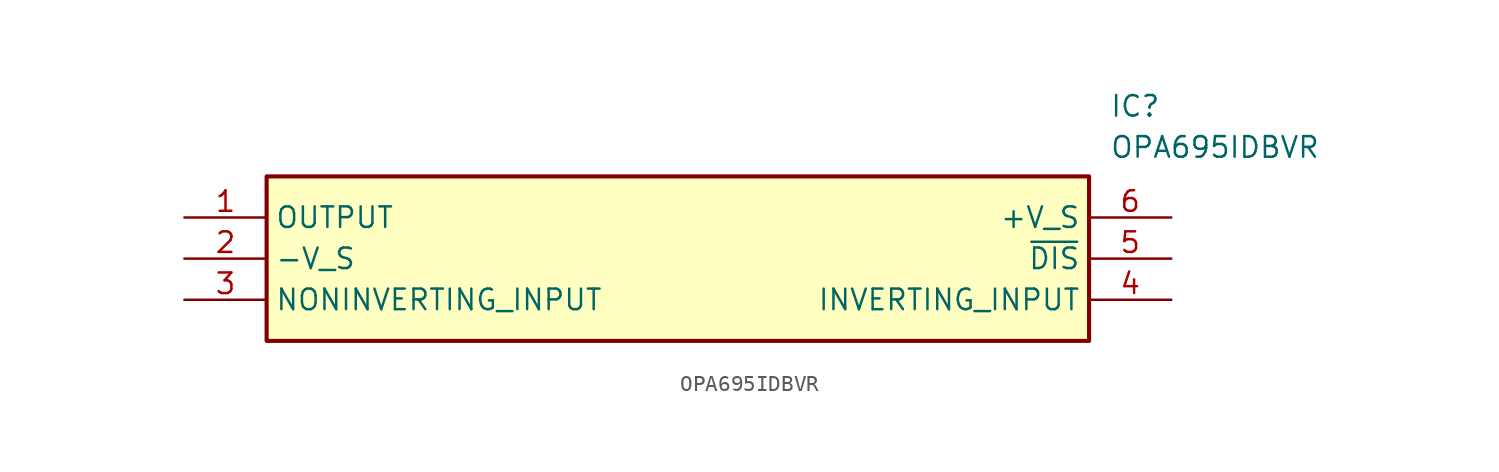
<source format=kicad_sym>
(kicad_symbol_lib
  (version 20211014)
  (generator SamacSys_ECAD_Model)
  (symbol "OPA695IDBVR"
    (property "Reference" "IC"
      (at 57.15 7.62 0)
      (effects (font (size 1.27 1.27)) (justify left top)))
    (property "Value" "OPA695IDBVR"
      (at 57.15 5.08 0)
      (effects (font (size 1.27 1.27)) (justify left top)))
    (rectangle
      (start 5.08 2.54)
      (end 55.88 -7.62)
      (stroke (width 0.254) (type default))
      (fill (type background)))
    (pin passive line
      (at 0 0 0)
      (length 5.08)
      (name "OUTPUT" (effects (font (size 1.27 1.27))))
      (number "1" (effects (font (size 1.27 1.27)))))
    (pin passive line
      (at 0 -2.54 0)
      (length 5.08)
      (name "-V_S" (effects (font (size 1.27 1.27))))
      (number "2" (effects (font (size 1.27 1.27)))))
    (pin passive line
      (at 0 -5.08 0)
      (length 5.08)
      (name "NONINVERTING_INPUT" (effects (font (size 1.27 1.27))))
      (number "3" (effects (font (size 1.27 1.27)))))
    (pin passive line
      (at 60.96 0 180)
      (length 5.08)
      (name "+V_S" (effects (font (size 1.27 1.27))))
      (number "6" (effects (font (size 1.27 1.27)))))
    (pin passive line
      (at 60.96 -2.54 180)
      (length 5.08)
      (name "~{DIS}" (effects (font (size 1.27 1.27))))
      (number "5" (effects (font (size 1.27 1.27)))))
    (pin passive line
      (at 60.96 -5.08 180)
      (length 5.08)
      (name "INVERTING_INPUT" (effects (font (size 1.27 1.27))))
      (number "4" (effects (font (size 1.27 1.27)))))))
</source>
